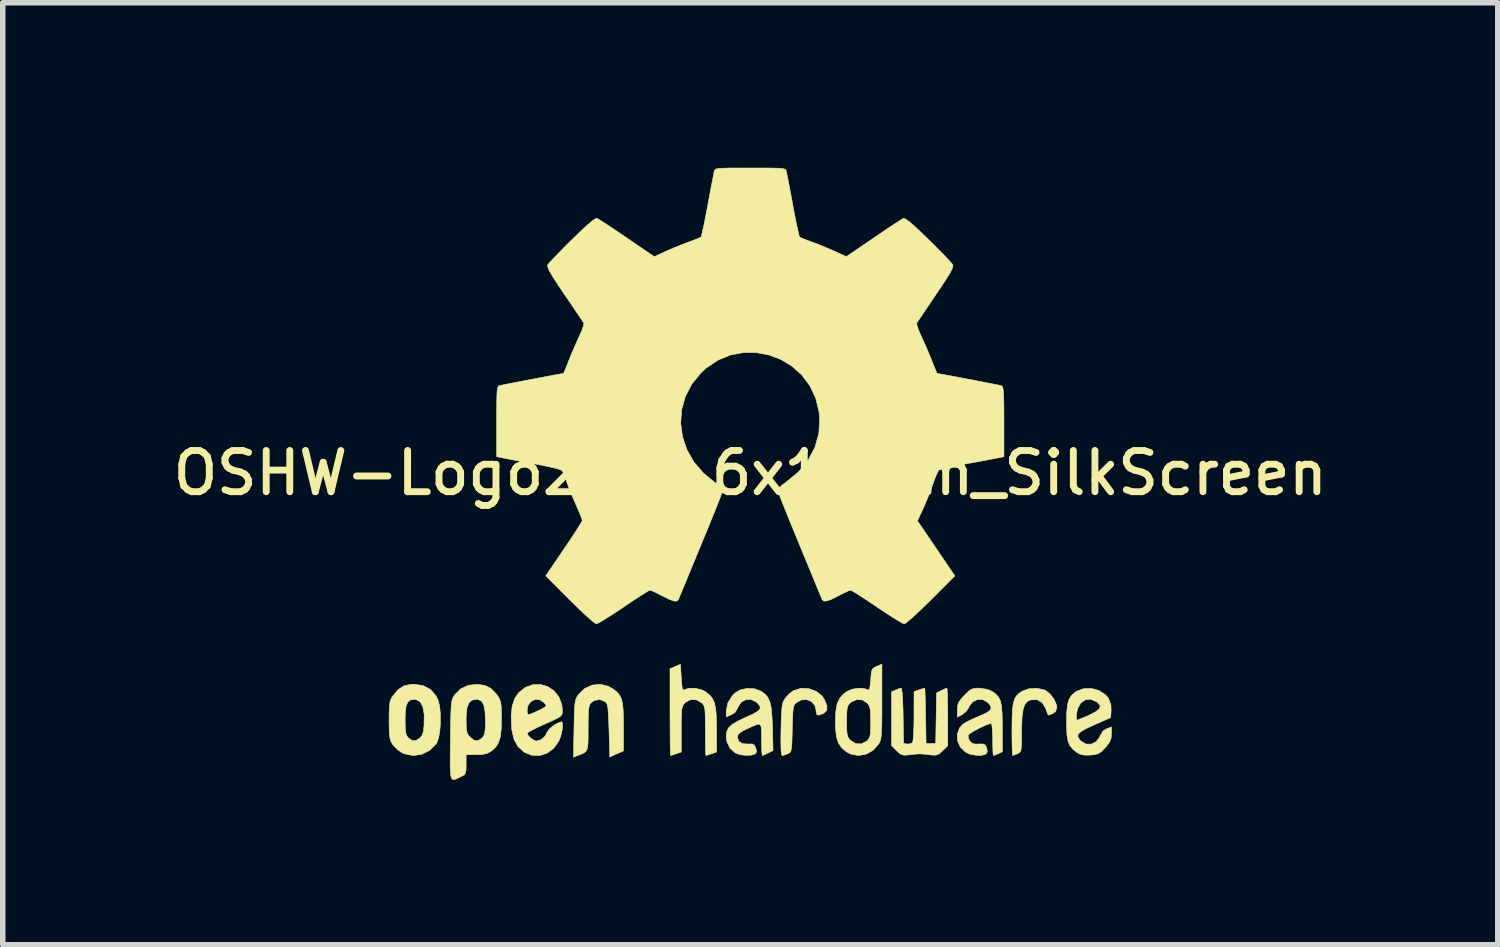
<source format=kicad_pcb>
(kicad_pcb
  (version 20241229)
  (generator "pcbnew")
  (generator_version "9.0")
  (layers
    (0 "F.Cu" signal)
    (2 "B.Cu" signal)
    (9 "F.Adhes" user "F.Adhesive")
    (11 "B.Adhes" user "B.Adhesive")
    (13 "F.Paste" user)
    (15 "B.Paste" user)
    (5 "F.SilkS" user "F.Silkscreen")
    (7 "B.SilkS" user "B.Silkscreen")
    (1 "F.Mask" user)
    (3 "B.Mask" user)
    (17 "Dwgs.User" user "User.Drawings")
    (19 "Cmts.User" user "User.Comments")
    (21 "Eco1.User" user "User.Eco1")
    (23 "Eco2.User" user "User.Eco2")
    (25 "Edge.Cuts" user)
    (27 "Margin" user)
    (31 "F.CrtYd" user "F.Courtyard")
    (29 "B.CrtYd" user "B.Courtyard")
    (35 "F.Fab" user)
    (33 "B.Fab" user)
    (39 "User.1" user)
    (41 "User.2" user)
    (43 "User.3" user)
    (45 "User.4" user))
  (footprint "OSHW-Logo2_14.6x12mm_SilkScreen"
    (layer "F.Cu")
    (at 10.595 5.552)
    (property "Reference" "OSHW-Logo2_14.6x12mm_SilkScreen" (at 0 0 0) (layer "F.SilkS") (effects (font (size 0.75 0.75) (thickness 0.125))))
    (attr exclude_from_pos_files exclude_from_bom allow_missing_courtyard)
    (fp_poly (pts (xy 5.336 3.94) (xy 5.371 3.955) (xy 5.454 4.021) (xy 5.525 4.117) (xy 5.569 4.218) (xy 5.576 4.269) (xy 5.552 4.339) (xy 5.5 4.376) (xy 5.443 4.398) (xy 5.417 4.402) (xy 5.405 4.372) (xy 5.38 4.307) (xy 5.369 4.277) (xy 5.308 4.175) (xy 5.219 4.124) (xy 5.105 4.126) (xy 5.097 4.128) (xy 5.036 4.157) (xy 4.991 4.213) (xy 4.961 4.303) (xy 4.943 4.435) (xy 4.935 4.614) (xy 4.934 4.709) (xy 4.934 4.86) (xy 4.931 4.962) (xy 4.925 5.028) (xy 4.912 5.066) (xy 4.892 5.088) (xy 4.861 5.104) (xy 4.86 5.105) (xy 4.801 5.129) (xy 4.772 5.138) (xy 4.768 5.111) (xy 4.764 5.035) (xy 4.761 4.92) (xy 4.759 4.775) (xy 4.759 4.67) (xy 4.761 4.466) (xy 4.767 4.311) (xy 4.782 4.196) (xy 4.806 4.113) (xy 4.842 4.051) (xy 4.893 4.003) (xy 4.943 3.969) (xy 5.063 3.925) (xy 5.204 3.915) (xy 5.336 3.94)) (stroke (width 0.01) (type solid)) (fill yes) (layer "F.SilkS"))
    (fp_poly (pts (xy -2.583 3.878) (xy -2.489 3.932) (xy -2.424 3.986) (xy -2.376 4.042) (xy -2.343 4.111) (xy -2.323 4.202) (xy -2.311 4.327) (xy -2.307 4.493) (xy -2.306 4.613) (xy -2.306 5.054) (xy -2.431 5.109) (xy -2.555 5.165) (xy -2.569 4.682) (xy -2.575 4.502) (xy -2.582 4.371) (xy -2.589 4.281) (xy -2.6 4.222) (xy -2.614 4.185) (xy -2.634 4.163) (xy -2.64 4.158) (xy -2.736 4.12) (xy -2.833 4.135) (xy -2.89 4.175) (xy -2.914 4.203) (xy -2.93 4.241) (xy -2.94 4.297) (xy -2.946 4.383) (xy -2.948 4.51) (xy -2.949 4.641) (xy -2.949 4.806) (xy -2.952 4.923) (xy -2.961 5.002) (xy -2.981 5.052) (xy -3.015 5.086) (xy -3.068 5.112) (xy -3.138 5.138) (xy -3.215 5.168) (xy -3.206 4.649) (xy -3.202 4.463) (xy -3.198 4.324) (xy -3.192 4.226) (xy -3.183 4.156) (xy -3.169 4.107) (xy -3.15 4.067) (xy -3.127 4.033) (xy -3.015 3.922) (xy -2.878 3.858) (xy -2.73 3.842) (xy -2.583 3.878)) (stroke (width 0.01) (type solid)) (fill yes) (layer "F.SilkS"))
    (fp_poly (pts (xy 1.066 3.922) (xy 1.199 3.971) (xy 1.306 4.057) (xy 1.348 4.118) (xy 1.394 4.23) (xy 1.393 4.311) (xy 1.345 4.365) (xy 1.327 4.375) (xy 1.25 4.403) (xy 1.211 4.396) (xy 1.198 4.348) (xy 1.197 4.321) (xy 1.173 4.223) (xy 1.109 4.154) (xy 1.021 4.12) (xy 0.923 4.129) (xy 0.843 4.172) (xy 0.816 4.197) (xy 0.796 4.227) (xy 0.783 4.273) (xy 0.775 4.343) (xy 0.77 4.45) (xy 0.765 4.602) (xy 0.764 4.65) (xy 0.76 4.815) (xy 0.756 4.931) (xy 0.749 5.008) (xy 0.738 5.055) (xy 0.722 5.082) (xy 0.698 5.098) (xy 0.683 5.105) (xy 0.618 5.13) (xy 0.58 5.138) (xy 0.567 5.111) (xy 0.559 5.029) (xy 0.556 4.89) (xy 0.558 4.694) (xy 0.559 4.664) (xy 0.563 4.485) (xy 0.569 4.355) (xy 0.576 4.262) (xy 0.587 4.198) (xy 0.603 4.151) (xy 0.626 4.111) (xy 0.637 4.094) (xy 0.705 4.019) (xy 0.78 3.961) (xy 0.789 3.956) (xy 0.924 3.915) (xy 1.066 3.922)) (stroke (width 0.01) (type solid)) (fill yes) (layer "F.SilkS"))
    (fp_poly (pts (xy 3.58 3.94) (xy 3.585 4.017) (xy 3.588 4.133) (xy 3.59 4.281) (xy 3.591 4.435) (xy 3.591 4.959) (xy 3.499 5.051) (xy 3.435 5.108) (xy 3.379 5.131) (xy 3.303 5.13) (xy 3.272 5.126) (xy 3.178 5.115) (xy 3.099 5.109) (xy 3.08 5.108) (xy 3.016 5.112) (xy 2.924 5.121) (xy 2.888 5.126) (xy 2.8 5.133) (xy 2.741 5.118) (xy 2.683 5.072) (xy 2.662 5.051) (xy 2.569 4.959) (xy 2.569 3.98) (xy 2.644 3.946) (xy 2.708 3.921) (xy 2.745 3.912) (xy 2.755 3.94) (xy 2.764 4.018) (xy 2.771 4.136) (xy 2.777 4.288) (xy 2.78 4.416) (xy 2.788 4.919) (xy 2.858 4.929) (xy 2.921 4.922) (xy 2.952 4.9) (xy 2.961 4.858) (xy 2.968 4.77) (xy 2.974 4.645) (xy 2.977 4.496) (xy 2.977 4.419) (xy 2.978 3.976) (xy 3.07 3.944) (xy 3.135 3.922) (xy 3.17 3.912) (xy 3.171 3.912) (xy 3.175 3.94) (xy 3.179 4.016) (xy 3.183 4.133) (xy 3.186 4.279) (xy 3.189 4.416) (xy 3.197 4.919) (xy 3.372 4.919) (xy 3.38 4.46) (xy 3.388 4.001) (xy 3.474 3.956) (xy 3.537 3.926) (xy 3.574 3.912) (xy 3.575 3.912) (xy 3.58 3.94)) (stroke (width 0.01) (type solid)) (fill yes) (layer "F.SilkS"))
    (fp_poly (pts (xy -1.255 3.724) (xy -1.247 3.843) (xy -1.237 3.914) (xy -1.223 3.944) (xy -1.203 3.945) (xy -1.197 3.941) (xy -1.111 3.914) (xy -0.999 3.916) (xy -0.886 3.943) (xy -0.814 3.978) (xy -0.742 4.035) (xy -0.688 4.099) (xy -0.652 4.18) (xy -0.629 4.288) (xy -0.617 4.433) (xy -0.613 4.624) (xy -0.613 4.661) (xy -0.613 5.074) (xy -0.705 5.106) (xy -0.77 5.128) (xy -0.806 5.138) (xy -0.807 5.138) (xy -0.811 5.111) (xy -0.814 5.035) (xy -0.816 4.921) (xy -0.817 4.778) (xy -0.817 4.691) (xy -0.818 4.52) (xy -0.82 4.397) (xy -0.825 4.313) (xy -0.834 4.258) (xy -0.849 4.221) (xy -0.871 4.193) (xy -0.885 4.18) (xy -0.979 4.126) (xy -1.082 4.122) (xy -1.175 4.168) (xy -1.192 4.184) (xy -1.217 4.215) (xy -1.235 4.252) (xy -1.246 4.304) (xy -1.252 4.384) (xy -1.255 4.501) (xy -1.255 4.663) (xy -1.255 5.074) (xy -1.347 5.106) (xy -1.413 5.128) (xy -1.448 5.138) (xy -1.45 5.138) (xy -1.452 5.11) (xy -1.455 5.032) (xy -1.457 4.909) (xy -1.458 4.751) (xy -1.459 4.565) (xy -1.46 4.358) (xy -1.46 4.349) (xy -1.46 3.559) (xy -1.365 3.519) (xy -1.27 3.479) (xy -1.255 3.724)) (stroke (width 0.01) (type solid)) (fill yes) (layer "F.SilkS"))
    (fp_poly (pts (xy -5.952 3.866) (xy -5.815 3.938) (xy -5.714 4.054) (xy -5.678 4.128) (xy -5.65 4.24) (xy -5.636 4.381) (xy -5.635 4.535) (xy -5.645 4.686) (xy -5.668 4.816) (xy -5.701 4.91) (xy -5.711 4.926) (xy -5.833 5.046) (xy -5.977 5.118) (xy -6.133 5.139) (xy -6.291 5.107) (xy -6.335 5.087) (xy -6.42 5.027) (xy -6.496 4.947) (xy -6.503 4.937) (xy -6.532 4.888) (xy -6.551 4.836) (xy -6.562 4.767) (xy -6.567 4.669) (xy -6.569 4.528) (xy -6.569 4.496) (xy -6.569 4.486) (xy -6.277 4.486) (xy -6.275 4.619) (xy -6.269 4.708) (xy -6.255 4.765) (xy -6.231 4.804) (xy -6.219 4.817) (xy -6.149 4.867) (xy -6.081 4.865) (xy -6.012 4.822) (xy -5.971 4.775) (xy -5.947 4.708) (xy -5.934 4.601) (xy -5.933 4.589) (xy -5.93 4.396) (xy -5.955 4.253) (xy -6.005 4.16) (xy -6.082 4.119) (xy -6.109 4.117) (xy -6.181 4.128) (xy -6.23 4.167) (xy -6.26 4.242) (xy -6.274 4.361) (xy -6.277 4.486) (xy -6.569 4.486) (xy -6.568 4.346) (xy -6.563 4.241) (xy -6.553 4.168) (xy -6.536 4.114) (xy -6.509 4.067) (xy -6.503 4.058) (xy -6.404 3.939) (xy -6.296 3.87) (xy -6.164 3.843) (xy -6.119 3.841) (xy -5.952 3.866)) (stroke (width 0.01) (type solid)) (fill yes) (layer "F.SilkS"))
    (fp_poly (pts (xy 6.343 3.957) (xy 6.459 4.032) (xy 6.515 4.1) (xy 6.559 4.222) (xy 6.562 4.319) (xy 6.554 4.449) (xy 6.255 4.58) (xy 6.11 4.647) (xy 6.015 4.701) (xy 5.965 4.747) (xy 5.957 4.793) (xy 5.984 4.843) (xy 6.014 4.876) (xy 6.102 4.929) (xy 6.198 4.932) (xy 6.286 4.891) (xy 6.351 4.809) (xy 6.362 4.78) (xy 6.418 4.69) (xy 6.482 4.651) (xy 6.569 4.618) (xy 6.569 4.743) (xy 6.561 4.828) (xy 6.531 4.9) (xy 6.468 4.982) (xy 6.458 4.993) (xy 6.388 5.066) (xy 6.327 5.106) (xy 6.251 5.124) (xy 6.188 5.13) (xy 6.075 5.131) (xy 5.995 5.113) (xy 5.945 5.085) (xy 5.867 5.024) (xy 5.812 4.958) (xy 5.778 4.874) (xy 5.759 4.762) (xy 5.752 4.609) (xy 5.752 4.531) (xy 5.754 4.438) (xy 5.93 4.438) (xy 5.932 4.488) (xy 5.937 4.496) (xy 5.971 4.485) (xy 6.043 4.455) (xy 6.14 4.414) (xy 6.16 4.405) (xy 6.282 4.342) (xy 6.35 4.288) (xy 6.364 4.237) (xy 6.329 4.185) (xy 6.3 4.162) (xy 6.194 4.116) (xy 6.095 4.124) (xy 6.013 4.18) (xy 5.956 4.279) (xy 5.937 4.357) (xy 5.93 4.438) (xy 5.754 4.438) (xy 5.755 4.349) (xy 5.769 4.215) (xy 5.797 4.117) (xy 5.842 4.045) (xy 5.907 3.988) (xy 5.935 3.969) (xy 6.065 3.921) (xy 6.206 3.918) (xy 6.343 3.957)) (stroke (width 0.01) (type solid)) (fill yes) (layer "F.SilkS"))
    (fp_poly (pts (xy 2.394 4.154) (xy 2.394 4.373) (xy 2.392 4.541) (xy 2.389 4.666) (xy 2.384 4.757) (xy 2.375 4.822) (xy 2.364 4.869) (xy 2.348 4.906) (xy 2.336 4.927) (xy 2.236 5.041) (xy 2.111 5.112) (xy 1.971 5.138) (xy 1.832 5.114) (xy 1.749 5.072) (xy 1.662 4.999) (xy 1.602 4.911) (xy 1.566 4.794) (xy 1.55 4.639) (xy 1.547 4.525) (xy 1.548 4.517) (xy 1.752 4.517) (xy 1.753 4.648) (xy 1.759 4.734) (xy 1.772 4.791) (xy 1.795 4.832) (xy 1.823 4.862) (xy 1.918 4.922) (xy 2.019 4.927) (xy 2.115 4.877) (xy 2.122 4.871) (xy 2.154 4.836) (xy 2.174 4.794) (xy 2.185 4.732) (xy 2.189 4.636) (xy 2.19 4.529) (xy 2.188 4.396) (xy 2.182 4.307) (xy 2.169 4.248) (xy 2.145 4.206) (xy 2.126 4.184) (xy 2.038 4.128) (xy 1.936 4.121) (xy 1.838 4.164) (xy 1.819 4.18) (xy 1.787 4.215) (xy 1.767 4.258) (xy 1.757 4.32) (xy 1.752 4.417) (xy 1.752 4.517) (xy 1.548 4.517) (xy 1.555 4.342) (xy 1.578 4.204) (xy 1.624 4.101) (xy 1.694 4.02) (xy 1.749 3.978) (xy 1.848 3.934) (xy 1.964 3.913) (xy 2.071 3.919) (xy 2.131 3.941) (xy 2.155 3.947) (xy 2.17 3.924) (xy 2.181 3.86) (xy 2.19 3.763) (xy 2.199 3.655) (xy 2.211 3.589) (xy 2.234 3.552) (xy 2.274 3.528) (xy 2.299 3.517) (xy 2.394 3.477) (xy 2.394 4.154)) (stroke (width 0.01) (type solid)) (fill yes) (layer "F.SilkS"))
    (fp_poly (pts (xy -3.684 3.885) (xy -3.569 3.962) (xy -3.48 4.074) (xy -3.427 4.216) (xy -3.417 4.321) (xy -3.418 4.365) (xy -3.428 4.398) (xy -3.456 4.428) (xy -3.511 4.461) (xy -3.601 4.505) (xy -3.736 4.565) (xy -3.737 4.565) (xy -3.861 4.622) (xy -3.963 4.673) (xy -4.032 4.711) (xy -4.058 4.733) (xy -4.058 4.733) (xy -4.035 4.78) (xy -3.982 4.831) (xy -3.921 4.868) (xy -3.889 4.876) (xy -3.805 4.85) (xy -3.732 4.786) (xy -3.696 4.716) (xy -3.662 4.664) (xy -3.595 4.605) (xy -3.516 4.554) (xy -3.446 4.527) (xy -3.432 4.525) (xy -3.415 4.55) (xy -3.414 4.614) (xy -3.426 4.701) (xy -3.449 4.793) (xy -3.48 4.873) (xy -3.482 4.877) (xy -3.575 5.007) (xy -3.696 5.095) (xy -3.833 5.139) (xy -3.975 5.134) (xy -4.112 5.077) (xy -4.118 5.073) (xy -4.225 4.975) (xy -4.296 4.848) (xy -4.335 4.682) (xy -4.34 4.635) (xy -4.349 4.413) (xy -4.338 4.31) (xy -4.058 4.31) (xy -4.055 4.375) (xy -4.035 4.393) (xy -3.985 4.379) (xy -3.907 4.346) (xy -3.819 4.304) (xy -3.817 4.303) (xy -3.743 4.264) (xy -3.713 4.238) (xy -3.721 4.211) (xy -3.751 4.175) (xy -3.83 4.123) (xy -3.915 4.119) (xy -3.991 4.157) (xy -4.043 4.23) (xy -4.058 4.31) (xy -4.338 4.31) (xy -4.33 4.236) (xy -4.281 4.096) (xy -4.213 3.997) (xy -4.09 3.898) (xy -3.954 3.849) (xy -3.816 3.846) (xy -3.684 3.885)) (stroke (width 0.01) (type solid)) (fill yes) (layer "F.SilkS"))
    (fp_poly (pts (xy 0.08 3.924) (xy 0.194 3.967) (xy 0.196 3.968) (xy 0.266 4.02) (xy 0.319 4.081) (xy 0.355 4.16) (xy 0.38 4.267) (xy 0.394 4.413) (xy 0.403 4.605) (xy 0.404 4.633) (xy 0.414 5.047) (xy 0.325 5.092) (xy 0.261 5.123) (xy 0.222 5.138) (xy 0.22 5.138) (xy 0.214 5.111) (xy 0.208 5.038) (xy 0.205 4.931) (xy 0.204 4.844) (xy 0.204 4.704) (xy 0.198 4.616) (xy 0.176 4.574) (xy 0.128 4.572) (xy 0.045 4.604) (xy -0.08 4.662) (xy -0.172 4.711) (xy -0.22 4.753) (xy -0.234 4.799) (xy -0.234 4.801) (xy -0.211 4.88) (xy -0.143 4.923) (xy -0.039 4.929) (xy 0.036 4.928) (xy 0.076 4.95) (xy 0.1 5.002) (xy 0.115 5.068) (xy 0.094 5.105) (xy 0.087 5.11) (xy 0.014 5.132) (xy -0.087 5.135) (xy -0.192 5.121) (xy -0.266 5.095) (xy -0.368 5.008) (xy -0.426 4.887) (xy -0.438 4.792) (xy -0.429 4.707) (xy -0.397 4.637) (xy -0.334 4.576) (xy -0.232 4.514) (xy -0.082 4.444) (xy -0.073 4.44) (xy 0.062 4.378) (xy 0.145 4.326) (xy 0.181 4.28) (xy 0.173 4.234) (xy 0.126 4.18) (xy 0.112 4.168) (xy 0.017 4.12) (xy -0.081 4.122) (xy -0.166 4.169) (xy -0.223 4.256) (xy -0.228 4.273) (xy -0.279 4.356) (xy -0.344 4.395) (xy -0.438 4.435) (xy -0.438 4.333) (xy -0.409 4.184) (xy -0.325 4.048) (xy -0.28 4.002) (xy -0.18 3.944) (xy -0.052 3.917) (xy 0.08 3.924)) (stroke (width 0.01) (type solid)) (fill yes) (layer "F.SilkS"))
    (fp_poly (pts (xy -4.828 3.862) (xy -4.717 3.918) (xy -4.618 4.02) (xy -4.591 4.058) (xy -4.561 4.107) (xy -4.542 4.161) (xy -4.531 4.233) (xy -4.526 4.337) (xy -4.525 4.474) (xy -4.53 4.662) (xy -4.547 4.803) (xy -4.58 4.908) (xy -4.632 4.988) (xy -4.706 5.055) (xy -4.711 5.059) (xy -4.785 5.099) (xy -4.873 5.119) (xy -4.985 5.124) (xy -5.167 5.124) (xy -5.168 5.301) (xy -5.169 5.399) (xy -5.18 5.457) (xy -5.207 5.492) (xy -5.258 5.521) (xy -5.271 5.527) (xy -5.329 5.555) (xy -5.374 5.573) (xy -5.407 5.574) (xy -5.431 5.554) (xy -5.446 5.506) (xy -5.454 5.424) (xy -5.458 5.303) (xy -5.457 5.136) (xy -5.454 4.919) (xy -5.454 4.854) (xy -5.451 4.63) (xy -5.448 4.483) (xy -5.168 4.483) (xy -5.166 4.607) (xy -5.159 4.689) (xy -5.143 4.743) (xy -5.115 4.784) (xy -5.096 4.804) (xy -5.018 4.863) (xy -4.949 4.868) (xy -4.877 4.819) (xy -4.876 4.817) (xy -4.847 4.78) (xy -4.829 4.728) (xy -4.82 4.65) (xy -4.817 4.529) (xy -4.817 4.503) (xy -4.824 4.337) (xy -4.846 4.222) (xy -4.885 4.151) (xy -4.945 4.12) (xy -4.979 4.117) (xy -5.061 4.131) (xy -5.118 4.181) (xy -5.151 4.27) (xy -5.166 4.407) (xy -5.168 4.483) (xy -5.448 4.483) (xy -5.448 4.456) (xy -5.444 4.325) (xy -5.438 4.23) (xy -5.43 4.162) (xy -5.419 4.115) (xy -5.404 4.079) (xy -5.385 4.048) (xy -5.377 4.036) (xy -5.267 3.925) (xy -5.129 3.862) (xy -4.968 3.844) (xy -4.828 3.862)) (stroke (width 0.01) (type solid)) (fill yes) (layer "F.SilkS"))
    (fp_poly (pts (xy 4.314 3.935) (xy 4.398 3.973) (xy 4.464 4.02) (xy 4.513 4.072) (xy 4.546 4.138) (xy 4.567 4.23) (xy 4.579 4.355) (xy 4.583 4.525) (xy 4.584 4.636) (xy 4.584 5.071) (xy 4.509 5.105) (xy 4.451 5.129) (xy 4.422 5.138) (xy 4.416 5.111) (xy 4.412 5.038) (xy 4.409 4.931) (xy 4.409 4.846) (xy 4.406 4.724) (xy 4.399 4.627) (xy 4.39 4.567) (xy 4.382 4.554) (xy 4.33 4.567) (xy 4.249 4.601) (xy 4.155 4.645) (xy 4.065 4.694) (xy 3.995 4.737) (xy 3.963 4.767) (xy 3.963 4.767) (xy 3.965 4.822) (xy 3.99 4.874) (xy 4.035 4.917) (xy 4.099 4.931) (xy 4.154 4.929) (xy 4.232 4.928) (xy 4.273 4.946) (xy 4.297 4.995) (xy 4.3 5.004) (xy 4.311 5.073) (xy 4.283 5.114) (xy 4.208 5.134) (xy 4.128 5.138) (xy 3.984 5.111) (xy 3.909 5.072) (xy 3.817 4.98) (xy 3.768 4.868) (xy 3.764 4.749) (xy 3.805 4.638) (xy 3.867 4.569) (xy 3.929 4.53) (xy 4.027 4.481) (xy 4.141 4.431) (xy 4.16 4.424) (xy 4.285 4.369) (xy 4.357 4.32) (xy 4.38 4.272) (xy 4.358 4.217) (xy 4.321 4.175) (xy 4.233 4.123) (xy 4.137 4.119) (xy 4.048 4.159) (xy 3.984 4.239) (xy 3.976 4.26) (xy 3.927 4.336) (xy 3.856 4.393) (xy 3.766 4.439) (xy 3.766 4.308) (xy 3.771 4.227) (xy 3.794 4.164) (xy 3.844 4.096) (xy 3.893 4.044) (xy 3.968 3.97) (xy 4.026 3.931) (xy 4.088 3.915) (xy 4.159 3.912) (xy 4.314 3.935)) (stroke (width 0.01) (type solid)) (fill yes) (layer "F.SilkS"))
    (fp_poly (pts (xy 0.209 -5.547) (xy 0.367 -5.546) (xy 0.481 -5.544) (xy 0.559 -5.539) (xy 0.609 -5.532) (xy 0.636 -5.521) (xy 0.65 -5.505) (xy 0.656 -5.484) (xy 0.657 -5.481) (xy 0.667 -5.433) (xy 0.686 -5.337) (xy 0.711 -5.204) (xy 0.741 -5.045) (xy 0.774 -4.868) (xy 0.775 -4.862) (xy 0.807 -4.689) (xy 0.838 -4.537) (xy 0.865 -4.413) (xy 0.885 -4.328) (xy 0.898 -4.291) (xy 0.898 -4.29) (xy 0.935 -4.272) (xy 1.011 -4.242) (xy 1.109 -4.206) (xy 1.109 -4.205) (xy 1.233 -4.159) (xy 1.379 -4.099) (xy 1.517 -4.04) (xy 1.523 -4.037) (xy 1.747 -3.935) (xy 2.244 -4.274) (xy 2.396 -4.377) (xy 2.534 -4.47) (xy 2.649 -4.546) (xy 2.735 -4.601) (xy 2.782 -4.629) (xy 2.786 -4.631) (xy 2.82 -4.621) (xy 2.884 -4.577) (xy 2.98 -4.495) (xy 3.11 -4.373) (xy 3.243 -4.244) (xy 3.372 -4.116) (xy 3.487 -4) (xy 3.581 -3.902) (xy 3.648 -3.829) (xy 3.681 -3.79) (xy 3.682 -3.788) (xy 3.686 -3.76) (xy 3.672 -3.716) (xy 3.638 -3.648) (xy 3.579 -3.551) (xy 3.493 -3.418) (xy 3.378 -3.248) (xy 3.276 -3.097) (xy 3.185 -2.963) (xy 3.11 -2.851) (xy 3.056 -2.771) (xy 3.029 -2.73) (xy 3.028 -2.727) (xy 3.031 -2.687) (xy 3.056 -2.61) (xy 3.098 -2.511) (xy 3.113 -2.479) (xy 3.178 -2.337) (xy 3.247 -2.176) (xy 3.304 -2.036) (xy 3.344 -1.933) (xy 3.377 -1.854) (xy 3.395 -1.813) (xy 3.397 -1.81) (xy 3.432 -1.805) (xy 3.513 -1.791) (xy 3.629 -1.769) (xy 3.771 -1.743) (xy 3.927 -1.713) (xy 4.087 -1.683) (xy 4.239 -1.653) (xy 4.374 -1.627) (xy 4.479 -1.606) (xy 4.546 -1.593) (xy 4.562 -1.589) (xy 4.579 -1.579) (xy 4.591 -1.557) (xy 4.6 -1.516) (xy 4.607 -1.449) (xy 4.61 -1.347) (xy 4.612 -1.204) (xy 4.613 -1.013) (xy 4.613 -0.934) (xy 4.613 -0.296) (xy 4.46 -0.266) (xy 4.374 -0.249) (xy 4.247 -0.225) (xy 4.093 -0.197) (xy 3.929 -0.167) (xy 3.883 -0.158) (xy 3.731 -0.129) (xy 3.598 -0.1) (xy 3.497 -0.074) (xy 3.437 -0.054) (xy 3.427 -0.048) (xy 3.402 -0.005) (xy 3.367 0.076) (xy 3.328 0.182) (xy 3.32 0.204) (xy 3.269 0.345) (xy 3.206 0.504) (xy 3.144 0.646) (xy 3.144 0.647) (xy 3.04 0.87) (xy 3.72 1.87) (xy 3.284 2.307) (xy 3.152 2.437) (xy 3.031 2.552) (xy 2.929 2.645) (xy 2.852 2.711) (xy 2.807 2.742) (xy 2.801 2.744) (xy 2.763 2.729) (xy 2.686 2.684) (xy 2.577 2.617) (xy 2.447 2.533) (xy 2.305 2.438) (xy 2.161 2.341) (xy 2.033 2.257) (xy 1.929 2.19) (xy 1.857 2.147) (xy 1.824 2.131) (xy 1.785 2.144) (xy 1.71 2.179) (xy 1.614 2.227) (xy 1.604 2.233) (xy 1.476 2.297) (xy 1.389 2.328) (xy 1.334 2.329) (xy 1.306 2.3) (xy 1.305 2.299) (xy 1.291 2.264) (xy 1.257 2.182) (xy 1.206 2.059) (xy 1.141 1.9) (xy 1.064 1.714) (xy 0.977 1.505) (xy 0.894 1.302) (xy 0.802 1.079) (xy 0.717 0.872) (xy 0.643 0.688) (xy 0.581 0.533) (xy 0.534 0.414) (xy 0.505 0.336) (xy 0.496 0.307) (xy 0.519 0.274) (xy 0.577 0.221) (xy 0.656 0.163) (xy 0.879 -0.022) (xy 1.053 -0.234) (xy 1.176 -0.468) (xy 1.247 -0.721) (xy 1.262 -0.987) (xy 1.251 -1.109) (xy 1.189 -1.364) (xy 1.082 -1.589) (xy 0.937 -1.782) (xy 0.76 -1.941) (xy 0.559 -2.063) (xy 0.339 -2.147) (xy 0.107 -2.19) (xy -0.13 -2.189) (xy -0.365 -2.144) (xy -0.592 -2.05) (xy -0.804 -1.907) (xy -0.892 -1.827) (xy -1.062 -1.619) (xy -1.18 -1.392) (xy -1.248 -1.153) (xy -1.265 -0.907) (xy -1.233 -0.662) (xy -1.153 -0.424) (xy -1.025 -0.2) (xy -0.851 0.003) (xy -0.656 0.163) (xy -0.574 0.224) (xy -0.517 0.276) (xy -0.496 0.307) (xy -0.507 0.342) (xy -0.538 0.423) (xy -0.586 0.546) (xy -0.649 0.704) (xy -0.725 0.891) (xy -0.81 1.099) (xy -0.894 1.302) (xy -0.986 1.526) (xy -1.072 1.733) (xy -1.148 1.917) (xy -1.212 2.072) (xy -1.262 2.192) (xy -1.294 2.27) (xy -1.306 2.299) (xy -1.334 2.329) (xy -1.388 2.329) (xy -1.476 2.297) (xy -1.603 2.233) (xy -1.604 2.233) (xy -1.701 2.183) (xy -1.778 2.147) (xy -1.822 2.131) (xy -1.824 2.131) (xy -1.857 2.147) (xy -1.93 2.191) (xy -2.035 2.258) (xy -2.163 2.342) (xy -2.305 2.438) (xy -2.45 2.535) (xy -2.58 2.619) (xy -2.688 2.686) (xy -2.764 2.729) (xy -2.801 2.744) (xy -2.835 2.724) (xy -2.902 2.669) (xy -2.997 2.584) (xy -3.112 2.475) (xy -3.242 2.349) (xy -3.284 2.307) (xy -3.72 1.87) (xy -3.388 1.382) (xy -3.287 1.233) (xy -3.198 1.098) (xy -3.127 0.987) (xy -3.078 0.907) (xy -3.056 0.865) (xy -3.056 0.862) (xy -3.067 0.823) (xy -3.098 0.744) (xy -3.143 0.639) (xy -3.174 0.568) (xy -3.233 0.433) (xy -3.289 0.296) (xy -3.332 0.181) (xy -3.343 0.146) (xy -3.376 0.052) (xy -3.409 -0.02) (xy -3.427 -0.048) (xy -3.466 -0.064) (xy -3.552 -0.088) (xy -3.673 -0.116) (xy -3.818 -0.146) (xy -3.883 -0.158) (xy -4.048 -0.189) (xy -4.206 -0.218) (xy -4.343 -0.243) (xy -4.441 -0.262) (xy -4.46 -0.266) (xy -4.613 -0.296) (xy -4.613 -0.934) (xy -4.613 -1.144) (xy -4.611 -1.303) (xy -4.608 -1.418) (xy -4.603 -1.497) (xy -4.595 -1.546) (xy -4.583 -1.573) (xy -4.568 -1.586) (xy -4.562 -1.589) (xy -4.524 -1.597) (xy -4.44 -1.614) (xy -4.321 -1.637) (xy -4.178 -1.665) (xy -4.022 -1.695) (xy -3.862 -1.725) (xy -3.711 -1.754) (xy -3.578 -1.779) (xy -3.475 -1.797) (xy -3.412 -1.808) (xy -3.397 -1.81) (xy -3.385 -1.835) (xy -3.357 -1.902) (xy -3.318 -1.999) (xy -3.304 -2.036) (xy -3.245 -2.182) (xy -3.175 -2.343) (xy -3.113 -2.479) (xy -3.067 -2.582) (xy -3.036 -2.668) (xy -3.026 -2.72) (xy -3.028 -2.727) (xy -3.049 -2.76) (xy -3.098 -2.833) (xy -3.17 -2.939) (xy -3.258 -3.07) (xy -3.359 -3.218) (xy -3.379 -3.247) (xy -3.495 -3.42) (xy -3.581 -3.552) (xy -3.639 -3.648) (xy -3.673 -3.716) (xy -3.686 -3.76) (xy -3.683 -3.787) (xy -3.683 -3.787) (xy -3.654 -3.823) (xy -3.59 -3.893) (xy -3.498 -3.988) (xy -3.385 -4.103) (xy -3.258 -4.23) (xy -3.243 -4.244) (xy -3.083 -4.399) (xy -2.959 -4.513) (xy -2.87 -4.588) (xy -2.812 -4.626) (xy -2.786 -4.631) (xy -2.749 -4.609) (xy -2.671 -4.56) (xy -2.562 -4.488) (xy -2.428 -4.399) (xy -2.279 -4.298) (xy -2.244 -4.274) (xy -1.747 -3.935) (xy -1.523 -4.037) (xy -1.387 -4.096) (xy -1.241 -4.156) (xy -1.115 -4.203) (xy -1.109 -4.205) (xy -1.011 -4.241) (xy -0.935 -4.272) (xy -0.898 -4.29) (xy -0.898 -4.29) (xy -0.886 -4.323) (xy -0.867 -4.405) (xy -0.84 -4.525) (xy -0.81 -4.676) (xy -0.777 -4.848) (xy -0.775 -4.862) (xy -0.742 -5.039) (xy -0.712 -5.199) (xy -0.686 -5.333) (xy -0.667 -5.43) (xy -0.657 -5.481) (xy -0.657 -5.481) (xy -0.651 -5.503) (xy -0.638 -5.519) (xy -0.613 -5.531) (xy -0.566 -5.539) (xy -0.492 -5.543) (xy -0.382 -5.546) (xy -0.229 -5.547) (xy -0.026 -5.547) (xy 0 -5.547) (xy 0.209 -5.547)) (stroke (width 0.01) (type solid)) (fill yes) (layer "F.SilkS")))
  (gr_rect
    (start -3 -3)
    (end 24.189 14.131)
    (stroke (width 0.1) (type default))
    (fill no)
    (layer "Edge.Cuts")))
</source>
